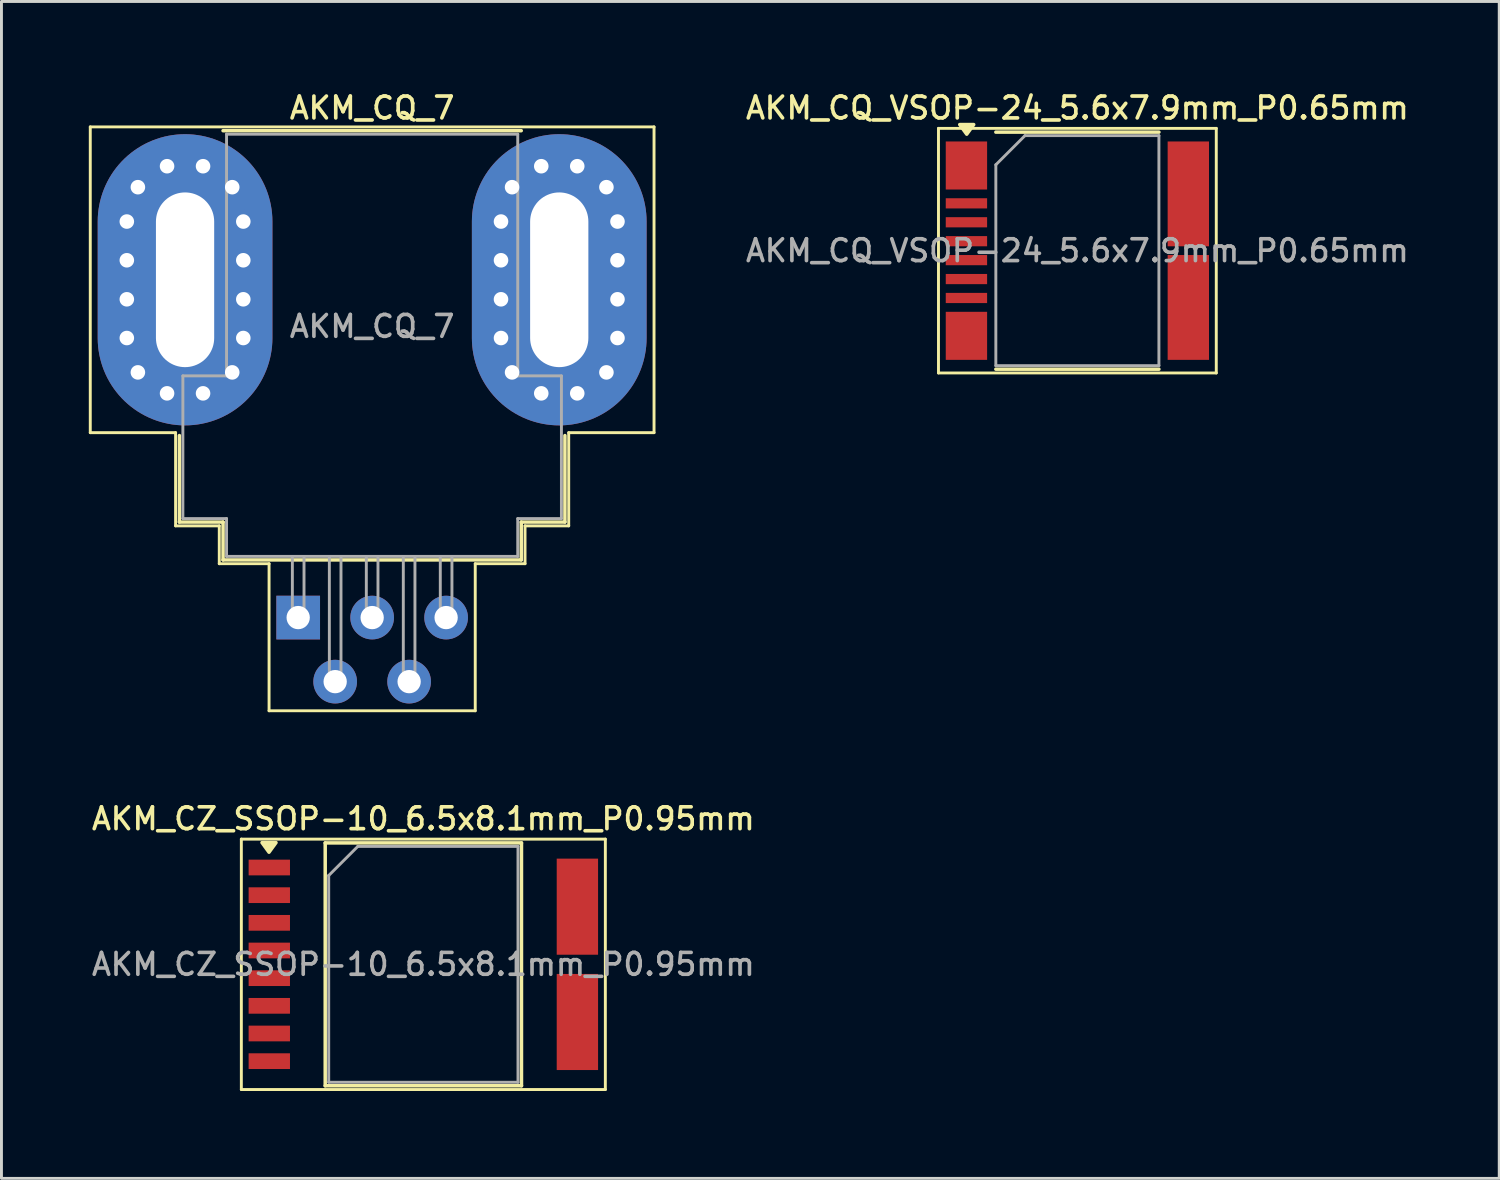
<source format=kicad_pcb>
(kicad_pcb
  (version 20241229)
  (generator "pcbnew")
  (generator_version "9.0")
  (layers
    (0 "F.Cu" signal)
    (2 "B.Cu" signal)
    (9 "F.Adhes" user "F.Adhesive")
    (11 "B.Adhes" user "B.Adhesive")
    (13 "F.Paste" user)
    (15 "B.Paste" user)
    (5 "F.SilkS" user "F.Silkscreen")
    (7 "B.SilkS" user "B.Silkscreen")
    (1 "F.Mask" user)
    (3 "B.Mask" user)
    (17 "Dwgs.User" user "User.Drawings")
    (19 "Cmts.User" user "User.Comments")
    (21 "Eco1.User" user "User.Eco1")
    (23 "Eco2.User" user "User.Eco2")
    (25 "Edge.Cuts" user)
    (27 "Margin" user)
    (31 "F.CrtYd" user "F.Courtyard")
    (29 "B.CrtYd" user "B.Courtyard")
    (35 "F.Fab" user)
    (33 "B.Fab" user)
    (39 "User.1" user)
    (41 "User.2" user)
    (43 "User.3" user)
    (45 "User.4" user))
  (footprint "AKM_CZ_SSOP-10_6.5x8.1mm_P0.95mm"
    (layer "F.Cu")
    (at 11.488 30.066)
    (property "Reference" "AKM_CZ_SSOP-10_6.5x8.1mm_P0.95mm" (at 0 -5 0) (layer "F.SilkS") (effects (font (size 0.75 0.75) (thickness 0.125))))
    (attr smd)
    (fp_line (start -6.25 -4.3) (end 6.25 -4.3) (stroke (width 0.1) (type solid)) (layer "F.SilkS"))
    (fp_line (start -6.25 4.3) (end -6.25 -4.3) (stroke (width 0.1) (type solid)) (layer "F.SilkS"))
    (fp_line (start -3.37 4.17) (end -3.37 -4.17) (stroke (width 0.12) (type solid)) (layer "F.SilkS"))
    (fp_line (start 3.37 -4.17) (end -3.37 -4.17) (stroke (width 0.12) (type solid)) (layer "F.SilkS"))
    (fp_line (start 3.37 -4.17) (end 3.37 4.17) (stroke (width 0.12) (type solid)) (layer "F.SilkS"))
    (fp_line (start 3.37 4.17) (end -3.37 4.17) (stroke (width 0.12) (type solid)) (layer "F.SilkS"))
    (fp_line (start 6.25 -4.3) (end 6.25 4.3) (stroke (width 0.1) (type solid)) (layer "F.SilkS"))
    (fp_line (start 6.25 4.3) (end -6.25 4.3) (stroke (width 0.1) (type solid)) (layer "F.SilkS"))
    (fp_poly (pts (xy -5.3 -3.85) (xy -5.54 -4.18) (xy -5.06 -4.18) (xy -5.3 -3.85)) (stroke (width 0.12) (type solid)) (fill yes) (layer "F.SilkS"))
    (fp_line (start -3.25 -3.05) (end -2.25 -4.05) (stroke (width 0.1) (type solid)) (layer "F.Fab"))
    (fp_line (start -3.25 4.05) (end -3.25 -3.05) (stroke (width 0.1) (type solid)) (layer "F.Fab"))
    (fp_line (start -2.25 -4.05) (end 3.25 -4.05) (stroke (width 0.1) (type solid)) (layer "F.Fab"))
    (fp_line (start 3.25 -4.05) (end 3.25 4.05) (stroke (width 0.1) (type solid)) (layer "F.Fab"))
    (fp_line (start 3.25 4.05) (end -3.25 4.05) (stroke (width 0.1) (type solid)) (layer "F.Fab"))
    (fp_text user "${REFERENCE}" (at 0 0 0) (layer "F.Fab") (effects (font (size 0.75 0.75) (thickness 0.125))))
    (pad "1" smd rect (at -5.29 -3.325) (size 1.42 0.54) (layers "F.Cu" "F.Mask" "F.Paste"))
    (pad "2" smd rect (at -5.29 -2.375) (size 1.42 0.54) (layers "F.Cu" "F.Mask" "F.Paste"))
    (pad "3" smd rect (at -5.29 -1.425) (size 1.42 0.54) (layers "F.Cu" "F.Mask" "F.Paste"))
    (pad "4" smd rect (at -5.29 -0.475) (size 1.42 0.54) (layers "F.Cu" "F.Mask" "F.Paste"))
    (pad "5" smd rect (at -5.29 0.475) (size 1.42 0.54) (layers "F.Cu" "F.Mask" "F.Paste"))
    (pad "6" smd rect (at -5.29 1.425) (size 1.42 0.54) (layers "F.Cu" "F.Mask" "F.Paste"))
    (pad "7" smd rect (at -5.29 2.375) (size 1.42 0.54) (layers "F.Cu" "F.Mask" "F.Paste"))
    (pad "8" smd rect (at -5.29 3.325) (size 1.42 0.54) (layers "F.Cu" "F.Mask" "F.Paste"))
    (pad "9" smd rect (at 5.29 1.98) (size 1.42 3.3) (layers "F.Cu" "F.Mask" "F.Paste"))
    (pad "10" smd rect (at 5.29 -1.98) (size 1.42 3.3) (layers "F.Cu" "F.Mask" "F.Paste")))
  (footprint "AKM_CQ_7"
    (layer "F.Cu")
    (at 7.19 18.158)
    (property "Reference" "AKM_CQ_7" (at 2.54 -17.5 0) (layer "F.SilkS") (effects (font (size 0.75 0.75) (thickness 0.125))))
    (attr through_hole)
    (fp_line (start -7.14 -16.85) (end -7.14 -6.35) (stroke (width 0.1) (type solid)) (layer "F.SilkS"))
    (fp_line (start -4.21 -6.35) (end -7.14 -6.35) (stroke (width 0.1) (type solid)) (layer "F.SilkS"))
    (fp_line (start -4.21 -3.15) (end -4.21 -6.35) (stroke (width 0.1) (type solid)) (layer "F.SilkS"))
    (fp_line (start -4.08 -6.25) (end -4.08 -3.28) (stroke (width 0.12) (type solid)) (layer "F.SilkS"))
    (fp_line (start -2.71 -3.15) (end -4.21 -3.15) (stroke (width 0.1) (type solid)) (layer "F.SilkS"))
    (fp_line (start -2.71 -1.85) (end -2.71 -3.15) (stroke (width 0.1) (type solid)) (layer "F.SilkS"))
    (fp_line (start -2.58 -3.28) (end -4.08 -3.28) (stroke (width 0.12) (type solid)) (layer "F.SilkS"))
    (fp_line (start -2.58 -3.28) (end -2.58 -1.98) (stroke (width 0.12) (type solid)) (layer "F.SilkS"))
    (fp_line (start -2.58 -1.98) (end 7.66 -1.98) (stroke (width 0.12) (type solid)) (layer "F.SilkS"))
    (fp_line (start -1 -1.85) (end -2.71 -1.85) (stroke (width 0.1) (type solid)) (layer "F.SilkS"))
    (fp_line (start -1 3.2) (end -1 -1.85) (stroke (width 0.1) (type solid)) (layer "F.SilkS"))
    (fp_line (start -1 3.2) (end 6.08 3.2) (stroke (width 0.1) (type solid)) (layer "F.SilkS"))
    (fp_line (start 6.08 -1.85) (end 7.79 -1.85) (stroke (width 0.1) (type solid)) (layer "F.SilkS"))
    (fp_line (start 6.08 3.2) (end 6.08 -1.85) (stroke (width 0.1) (type solid)) (layer "F.SilkS"))
    (fp_line (start 7.66 -16.72) (end -2.58 -16.72) (stroke (width 0.12) (type solid)) (layer "F.SilkS"))
    (fp_line (start 7.66 -3.28) (end 7.66 -1.98) (stroke (width 0.12) (type solid)) (layer "F.SilkS"))
    (fp_line (start 7.66 -3.28) (end 9.16 -3.28) (stroke (width 0.12) (type solid)) (layer "F.SilkS"))
    (fp_line (start 7.79 -3.15) (end 9.29 -3.15) (stroke (width 0.1) (type solid)) (layer "F.SilkS"))
    (fp_line (start 7.79 -1.85) (end 7.79 -3.15) (stroke (width 0.1) (type solid)) (layer "F.SilkS"))
    (fp_line (start 9.16 -6.25) (end 9.16 -3.28) (stroke (width 0.12) (type solid)) (layer "F.SilkS"))
    (fp_line (start 9.29 -6.35) (end 12.22 -6.35) (stroke (width 0.1) (type solid)) (layer "F.SilkS"))
    (fp_line (start 9.29 -3.15) (end 9.29 -6.35) (stroke (width 0.1) (type solid)) (layer "F.SilkS"))
    (fp_line (start 12.22 -16.85) (end -7.14 -16.85) (stroke (width 0.1) (type solid)) (layer "F.SilkS"))
    (fp_line (start 12.22 -16.85) (end 12.22 -6.35) (stroke (width 0.1) (type solid)) (layer "F.SilkS"))
    (fp_line (start -3.96 -8.3) (end -3.96 -3.4) (stroke (width 0.1) (type solid)) (layer "F.Fab"))
    (fp_line (start -2.46 -16.6) (end -2.46 -8.3) (stroke (width 0.1) (type solid)) (layer "F.Fab"))
    (fp_line (start -2.46 -8.3) (end -3.96 -8.3) (stroke (width 0.1) (type solid)) (layer "F.Fab"))
    (fp_line (start -2.46 -3.4) (end -3.96 -3.4) (stroke (width 0.1) (type solid)) (layer "F.Fab"))
    (fp_line (start -2.46 -3.4) (end -2.46 -2.1) (stroke (width 0.1) (type solid)) (layer "F.Fab"))
    (fp_line (start -2.46 -2.1) (end 7.54 -2.1) (stroke (width 0.1) (type solid)) (layer "F.Fab"))
    (fp_line (start -0.2 -2.1) (end -0.2 0) (stroke (width 0.1) (type solid)) (layer "F.Fab"))
    (fp_line (start -0.2 0) (end 0.2 0) (stroke (width 0.1) (type solid)) (layer "F.Fab"))
    (fp_line (start 0.2 0) (end 0.2 -2.1) (stroke (width 0.1) (type solid)) (layer "F.Fab"))
    (fp_line (start 1.07 -2.1) (end 1.07 2.2) (stroke (width 0.1) (type solid)) (layer "F.Fab"))
    (fp_line (start 1.07 2.2) (end 1.47 2.2) (stroke (width 0.1) (type solid)) (layer "F.Fab"))
    (fp_line (start 1.47 2.2) (end 1.47 -2.1) (stroke (width 0.1) (type solid)) (layer "F.Fab"))
    (fp_line (start 2.34 -2.1) (end 2.34 0) (stroke (width 0.1) (type solid)) (layer "F.Fab"))
    (fp_line (start 2.34 0) (end 2.74 0) (stroke (width 0.1) (type solid)) (layer "F.Fab"))
    (fp_line (start 2.74 0) (end 2.74 -2.1) (stroke (width 0.1) (type solid)) (layer "F.Fab"))
    (fp_line (start 3.61 -2.1) (end 3.61 2.2) (stroke (width 0.1) (type solid)) (layer "F.Fab"))
    (fp_line (start 3.61 2.2) (end 4.01 2.2) (stroke (width 0.1) (type solid)) (layer "F.Fab"))
    (fp_line (start 4.01 2.2) (end 4.01 -2.1) (stroke (width 0.1) (type solid)) (layer "F.Fab"))
    (fp_line (start 4.88 -2.1) (end 4.88 0) (stroke (width 0.1) (type solid)) (layer "F.Fab"))
    (fp_line (start 4.88 0) (end 5.28 0) (stroke (width 0.1) (type solid)) (layer "F.Fab"))
    (fp_line (start 5.28 0) (end 5.28 -2.1) (stroke (width 0.1) (type solid)) (layer "F.Fab"))
    (fp_line (start 7.54 -16.6) (end -2.46 -16.6) (stroke (width 0.1) (type solid)) (layer "F.Fab"))
    (fp_line (start 7.54 -16.6) (end 7.54 -8.3) (stroke (width 0.1) (type solid)) (layer "F.Fab"))
    (fp_line (start 7.54 -8.3) (end 9.04 -8.3) (stroke (width 0.1) (type solid)) (layer "F.Fab"))
    (fp_line (start 7.54 -3.4) (end 7.54 -2.1) (stroke (width 0.1) (type solid)) (layer "F.Fab"))
    (fp_line (start 7.54 -3.4) (end 9.04 -3.4) (stroke (width 0.1) (type solid)) (layer "F.Fab"))
    (fp_line (start 9.04 -8.3) (end 9.04 -3.4) (stroke (width 0.1) (type solid)) (layer "F.Fab"))
    (fp_text user "${REFERENCE}" (at 2.54 -10 0) (layer "F.Fab") (effects (font (size 0.75 0.75) (thickness 0.125))))
    (pad "1" thru_hole rect (at 0 0) (size 1.5 1.5) (drill 0.8) (layers "*.Cu" "*.Mask"))
    (pad "2" thru_hole circle (at 1.27 2.2) (size 1.5 1.5) (drill 0.8) (layers "*.Cu" "*.Mask"))
    (pad "3" thru_hole circle (at 2.54 0) (size 1.5 1.5) (drill 0.8) (layers "*.Cu" "*.Mask"))
    (pad "4" thru_hole circle (at 3.81 2.2) (size 1.5 1.5) (drill 0.8) (layers "*.Cu" "*.Mask"))
    (pad "5" thru_hole circle (at 5.08 0) (size 1.5 1.5) (drill 0.8) (layers "*.Cu" "*.Mask"))
    (pad "6" thru_hole circle (at 6.965 -13.6) (size 0.8 0.8) (drill 0.5) (layers "*.Cu" "*.Mask"))
    (pad "6" thru_hole circle (at 6.965 -12.27) (size 0.8 0.8) (drill 0.5) (layers "*.Cu" "*.Mask"))
    (pad "6" thru_hole circle (at 6.965 -10.93) (size 0.8 0.8) (drill 0.5) (layers "*.Cu" "*.Mask"))
    (pad "6" thru_hole circle (at 6.965 -9.6) (size 0.8 0.8) (drill 0.5) (layers "*.Cu" "*.Mask"))
    (pad "6" thru_hole circle (at 7.345 -14.78) (size 0.8 0.8) (drill 0.5) (layers "*.Cu" "*.Mask"))
    (pad "6" thru_hole circle (at 7.345 -8.42) (size 0.8 0.8) (drill 0.5) (layers "*.Cu" "*.Mask"))
    (pad "6" thru_hole circle (at 8.347 -15.5) (size 0.8 0.8) (drill 0.5) (layers "*.Cu" "*.Mask"))
    (pad "6" thru_hole circle (at 8.347 -7.7) (size 0.8 0.8) (drill 0.5) (layers "*.Cu" "*.Mask"))
    (pad "6" thru_hole oval (at 8.965 -11.6) (size 6 10) (drill oval 2 6) (layers "*.Cu" "*.Mask"))
    (pad "6" thru_hole circle (at 9.583 -15.5) (size 0.8 0.8) (drill 0.5) (layers "*.Cu" "*.Mask"))
    (pad "6" thru_hole circle (at 9.583 -7.7) (size 0.8 0.8) (drill 0.5) (layers "*.Cu" "*.Mask"))
    (pad "6" thru_hole circle (at 10.585 -14.78) (size 0.8 0.8) (drill 0.5) (layers "*.Cu" "*.Mask"))
    (pad "6" thru_hole circle (at 10.585 -8.42) (size 0.8 0.8) (drill 0.5) (layers "*.Cu" "*.Mask"))
    (pad "6" thru_hole circle (at 10.965 -13.6) (size 0.8 0.8) (drill 0.5) (layers "*.Cu" "*.Mask"))
    (pad "6" thru_hole circle (at 10.965 -12.27) (size 0.8 0.8) (drill 0.5) (layers "*.Cu" "*.Mask"))
    (pad "6" thru_hole circle (at 10.965 -10.93) (size 0.8 0.8) (drill 0.5) (layers "*.Cu" "*.Mask"))
    (pad "6" thru_hole circle (at 10.965 -9.6) (size 0.8 0.8) (drill 0.5) (layers "*.Cu" "*.Mask"))
    (pad "7" thru_hole circle (at -5.885 -13.6) (size 0.8 0.8) (drill 0.5) (layers "*.Cu" "*.Mask"))
    (pad "7" thru_hole circle (at -5.885 -12.27) (size 0.8 0.8) (drill 0.5) (layers "*.Cu" "*.Mask"))
    (pad "7" thru_hole circle (at -5.885 -10.93) (size 0.8 0.8) (drill 0.5) (layers "*.Cu" "*.Mask"))
    (pad "7" thru_hole circle (at -5.885 -9.6) (size 0.8 0.8) (drill 0.5) (layers "*.Cu" "*.Mask"))
    (pad "7" thru_hole circle (at -5.505 -14.78) (size 0.8 0.8) (drill 0.5) (layers "*.Cu" "*.Mask"))
    (pad "7" thru_hole circle (at -5.505 -8.42) (size 0.8 0.8) (drill 0.5) (layers "*.Cu" "*.Mask"))
    (pad "7" thru_hole circle (at -4.503 -15.5) (size 0.8 0.8) (drill 0.5) (layers "*.Cu" "*.Mask"))
    (pad "7" thru_hole circle (at -4.503 -7.7) (size 0.8 0.8) (drill 0.5) (layers "*.Cu" "*.Mask"))
    (pad "7" thru_hole oval (at -3.885 -11.6) (size 6 10) (drill oval 2 6) (layers "*.Cu" "*.Mask"))
    (pad "7" thru_hole circle (at -3.267 -15.5) (size 0.8 0.8) (drill 0.5) (layers "*.Cu" "*.Mask"))
    (pad "7" thru_hole circle (at -3.267 -7.7) (size 0.8 0.8) (drill 0.5) (layers "*.Cu" "*.Mask"))
    (pad "7" thru_hole circle (at -2.265 -14.78) (size 0.8 0.8) (drill 0.5) (layers "*.Cu" "*.Mask"))
    (pad "7" thru_hole circle (at -2.265 -8.42) (size 0.8 0.8) (drill 0.5) (layers "*.Cu" "*.Mask"))
    (pad "7" thru_hole circle (at -1.885 -13.6) (size 0.8 0.8) (drill 0.5) (layers "*.Cu" "*.Mask"))
    (pad "7" thru_hole circle (at -1.885 -12.27) (size 0.8 0.8) (drill 0.5) (layers "*.Cu" "*.Mask"))
    (pad "7" thru_hole circle (at -1.885 -10.93) (size 0.8 0.8) (drill 0.5) (layers "*.Cu" "*.Mask"))
    (pad "7" thru_hole circle (at -1.885 -9.6) (size 0.8 0.8) (drill 0.5) (layers "*.Cu" "*.Mask")))
  (footprint "AKM_CQ_VSOP-24_5.6x7.9mm_P0.65mm"
    (layer "F.Cu")
    (at 33.948 5.558)
    (property "Reference" "AKM_CQ_VSOP-24_5.6x7.9mm_P0.65mm" (at 0 -4.9 0) (layer "F.SilkS") (effects (font (size 0.75 0.75) (thickness 0.125))))
    (attr smd)
    (fp_line (start -4.77 -4.2) (end 4.77 -4.2) (stroke (width 0.1) (type solid)) (layer "F.SilkS"))
    (fp_line (start -4.77 4.2) (end -4.77 -4.2) (stroke (width 0.1) (type solid)) (layer "F.SilkS"))
    (fp_line (start 2.8 -4.07) (end -2.8 -4.07) (stroke (width 0.12) (type solid)) (layer "F.SilkS"))
    (fp_line (start 2.8 4.07) (end -2.8 4.07) (stroke (width 0.12) (type solid)) (layer "F.SilkS"))
    (fp_line (start 4.77 -4.2) (end 4.77 4.2) (stroke (width 0.1) (type solid)) (layer "F.SilkS"))
    (fp_line (start 4.77 4.2) (end -4.77 4.2) (stroke (width 0.1) (type solid)) (layer "F.SilkS"))
    (fp_poly (pts (xy -3.8 -4) (xy -4.04 -4.33) (xy -3.56 -4.33) (xy -3.8 -4)) (stroke (width 0.12) (type solid)) (fill yes) (layer "F.SilkS"))
    (fp_line (start -2.8 -2.95) (end -1.8 -3.95) (stroke (width 0.1) (type solid)) (layer "F.Fab"))
    (fp_line (start -2.8 3.95) (end -2.8 -2.95) (stroke (width 0.1) (type solid)) (layer "F.Fab"))
    (fp_line (start -1.8 -3.95) (end 2.8 -3.95) (stroke (width 0.1) (type solid)) (layer "F.Fab"))
    (fp_line (start 2.8 -3.95) (end 2.8 3.95) (stroke (width 0.1) (type solid)) (layer "F.Fab"))
    (fp_line (start 2.8 3.95) (end -2.8 3.95) (stroke (width 0.1) (type solid)) (layer "F.Fab"))
    (fp_text user "${REFERENCE}" (at 0 0 0) (layer "F.Fab") (effects (font (size 0.75 0.75) (thickness 0.125))))
    (pad "1" smd rect (at -3.81 -2.925) (size 1.42 1.65) (layers "F.Cu" "F.Mask" "F.Paste"))
    (pad "2" smd rect (at -3.81 -1.625) (size 1.42 0.35) (layers "F.Cu" "F.Mask" "F.Paste"))
    (pad "3" smd rect (at -3.81 -0.975) (size 1.42 0.35) (layers "F.Cu" "F.Mask" "F.Paste"))
    (pad "4" smd rect (at -3.81 -0.325) (size 1.42 0.35) (layers "F.Cu" "F.Mask" "F.Paste"))
    (pad "5" smd rect (at -3.81 0.325) (size 1.42 0.35) (layers "F.Cu" "F.Mask" "F.Paste"))
    (pad "6" smd rect (at -3.81 0.975) (size 1.42 0.35) (layers "F.Cu" "F.Mask" "F.Paste"))
    (pad "7" smd rect (at -3.81 1.625) (size 1.42 0.35) (layers "F.Cu" "F.Mask" "F.Paste"))
    (pad "8" smd rect (at -3.81 2.925) (size 1.42 1.65) (layers "F.Cu" "F.Mask" "F.Paste"))
    (pad "9" smd rect (at 3.81 1.95) (size 1.42 3.6) (layers "F.Cu" "F.Mask" "F.Paste"))
    (pad "10" smd rect (at 3.81 -1.95) (size 1.42 3.6) (layers "F.Cu" "F.Mask" "F.Paste")))
  (gr_rect
    (start -3 -3)
    (end 48.435 37.416)
    (stroke (width 0.1) (type default))
    (fill no)
    (layer "Edge.Cuts")))
</source>
